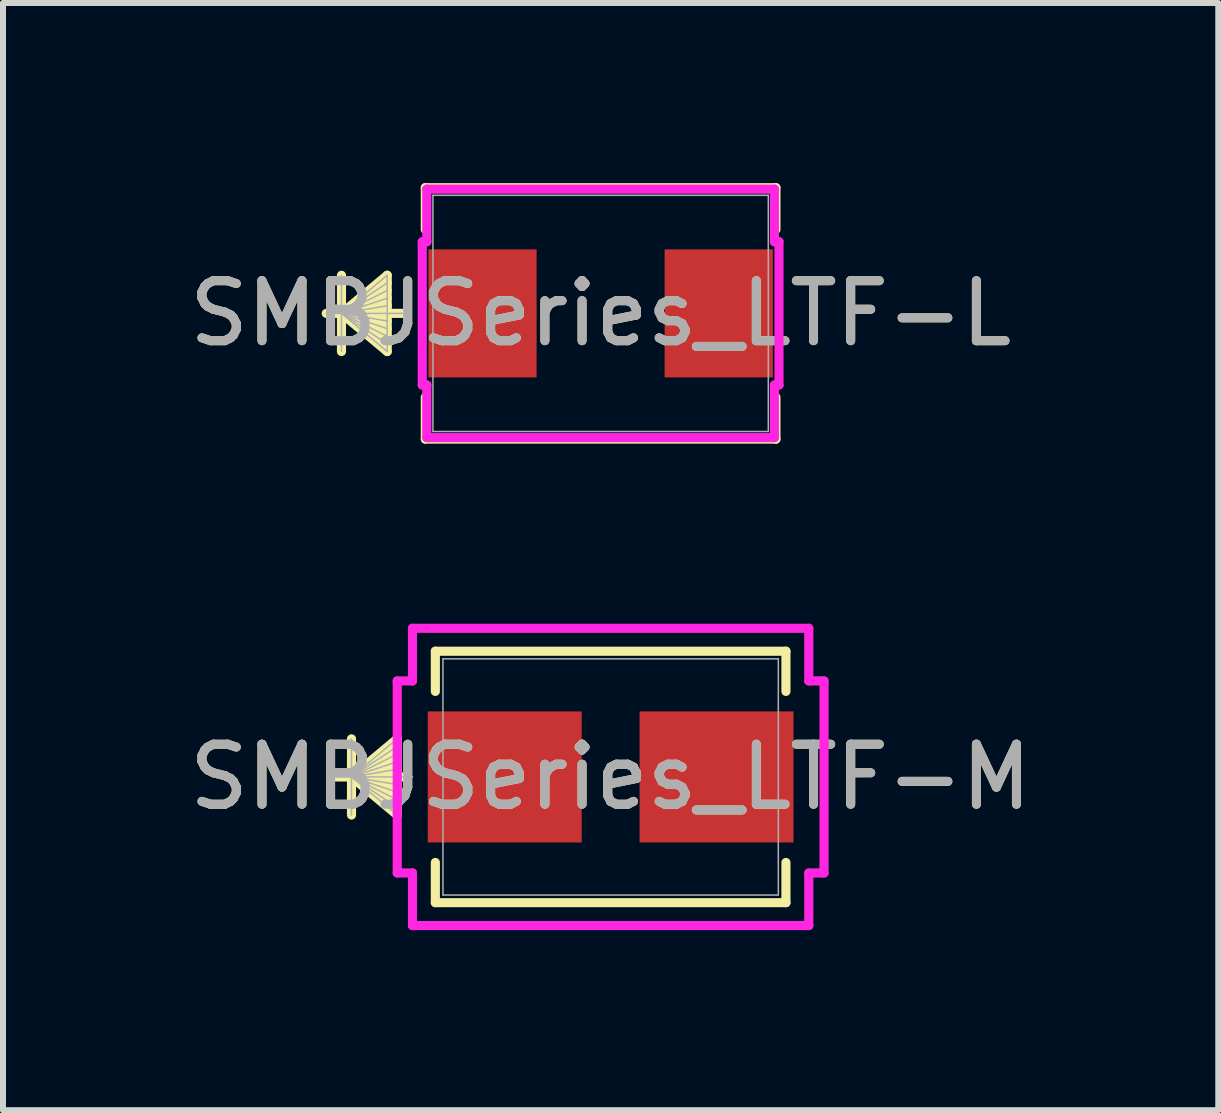
<source format=kicad_pcb>
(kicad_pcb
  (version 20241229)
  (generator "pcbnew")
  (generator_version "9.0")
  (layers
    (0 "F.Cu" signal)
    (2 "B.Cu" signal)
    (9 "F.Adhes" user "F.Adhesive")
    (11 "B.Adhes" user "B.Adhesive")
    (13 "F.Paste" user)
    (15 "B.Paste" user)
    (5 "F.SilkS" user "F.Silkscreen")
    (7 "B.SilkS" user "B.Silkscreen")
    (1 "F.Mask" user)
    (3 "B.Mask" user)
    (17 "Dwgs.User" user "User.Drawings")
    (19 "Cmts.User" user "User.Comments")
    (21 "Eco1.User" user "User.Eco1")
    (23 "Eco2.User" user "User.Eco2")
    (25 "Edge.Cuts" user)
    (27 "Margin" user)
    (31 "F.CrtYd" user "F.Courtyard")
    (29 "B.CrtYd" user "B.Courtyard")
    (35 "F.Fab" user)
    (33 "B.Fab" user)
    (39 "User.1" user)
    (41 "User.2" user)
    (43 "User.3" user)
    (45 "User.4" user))
  (footprint "SMBJSeries_LTF-L"
    (layer "F.Cu")
    (at 6.958 2.172)
    (property "Reference" "SMBJSeries_LTF-L" (at 0 0 0) (unlocked yes) (layer "F.SilkS") (effects (font (size 1 1) (thickness 0.15))))
    (attr smd)
    (fp_line (start -4.318 -0.635) (end -4.318 0.635) (stroke (width 0.152) (type solid)) (layer "F.SilkS"))
    (fp_line (start -4.318 0) (end -3.556 -0.635) (stroke (width 0.152) (type solid)) (layer "F.SilkS"))
    (fp_line (start -4.318 0) (end -3.556 -0.508) (stroke (width 0.152) (type solid)) (layer "F.SilkS"))
    (fp_line (start -4.318 0) (end -3.556 -0.381) (stroke (width 0.152) (type solid)) (layer "F.SilkS"))
    (fp_line (start -4.318 0) (end -3.556 -0.254) (stroke (width 0.152) (type solid)) (layer "F.SilkS"))
    (fp_line (start -4.318 0) (end -3.556 -0.127) (stroke (width 0.152) (type solid)) (layer "F.SilkS"))
    (fp_line (start -4.318 0) (end -3.556 0.127) (stroke (width 0.152) (type solid)) (layer "F.SilkS"))
    (fp_line (start -4.318 0) (end -3.556 0.254) (stroke (width 0.152) (type solid)) (layer "F.SilkS"))
    (fp_line (start -4.318 0) (end -3.556 0.381) (stroke (width 0.152) (type solid)) (layer "F.SilkS"))
    (fp_line (start -4.318 0) (end -3.556 0.508) (stroke (width 0.152) (type solid)) (layer "F.SilkS"))
    (fp_line (start -4.318 0) (end -3.556 0.635) (stroke (width 0.152) (type solid)) (layer "F.SilkS"))
    (fp_line (start -3.556 -0.635) (end -3.556 0.635) (stroke (width 0.152) (type solid)) (layer "F.SilkS"))
    (fp_line (start -3.302 0) (end -4.572 0) (stroke (width 0.152) (type solid)) (layer "F.SilkS"))
    (fp_line (start -2.921 -2.095) (end -2.921 -1.396) (stroke (width 0.152) (type solid)) (layer "F.SilkS"))
    (fp_line (start -2.921 1.396) (end -2.921 2.095) (stroke (width 0.152) (type solid)) (layer "F.SilkS"))
    (fp_line (start -2.921 2.095) (end 2.921 2.095) (stroke (width 0.152) (type solid)) (layer "F.SilkS"))
    (fp_line (start 2.921 -2.095) (end -2.921 -2.095) (stroke (width 0.152) (type solid)) (layer "F.SilkS"))
    (fp_line (start 2.921 -1.396) (end 2.921 -2.095) (stroke (width 0.152) (type solid)) (layer "F.SilkS"))
    (fp_line (start 2.921 2.095) (end 2.921 1.396) (stroke (width 0.152) (type solid)) (layer "F.SilkS"))
    (fp_line (start -2.972 -1.194) (end -2.896 -1.194) (stroke (width 0.152) (type solid)) (layer "F.CrtYd"))
    (fp_line (start -2.972 1.194) (end -2.972 -1.194) (stroke (width 0.152) (type solid)) (layer "F.CrtYd"))
    (fp_line (start -2.896 -2.07) (end 2.896 -2.07) (stroke (width 0.152) (type solid)) (layer "F.CrtYd"))
    (fp_line (start -2.896 -1.194) (end -2.896 -2.07) (stroke (width 0.152) (type solid)) (layer "F.CrtYd"))
    (fp_line (start -2.896 1.194) (end -2.972 1.194) (stroke (width 0.152) (type solid)) (layer "F.CrtYd"))
    (fp_line (start -2.896 2.07) (end -2.896 1.194) (stroke (width 0.152) (type solid)) (layer "F.CrtYd"))
    (fp_line (start 2.896 -2.07) (end 2.896 -1.194) (stroke (width 0.152) (type solid)) (layer "F.CrtYd"))
    (fp_line (start 2.896 -1.194) (end 2.972 -1.194) (stroke (width 0.152) (type solid)) (layer "F.CrtYd"))
    (fp_line (start 2.896 1.194) (end 2.896 2.07) (stroke (width 0.152) (type solid)) (layer "F.CrtYd"))
    (fp_line (start 2.896 2.07) (end -2.896 2.07) (stroke (width 0.152) (type solid)) (layer "F.CrtYd"))
    (fp_line (start 2.972 -1.194) (end 2.972 1.194) (stroke (width 0.152) (type solid)) (layer "F.CrtYd"))
    (fp_line (start 2.972 1.194) (end 2.896 1.194) (stroke (width 0.152) (type solid)) (layer "F.CrtYd"))
    (fp_line (start -4.318 -0.635) (end -4.318 0.635) (stroke (width 0.025) (type solid)) (layer "F.Fab"))
    (fp_line (start -4.318 0) (end -3.556 -0.635) (stroke (width 0.025) (type solid)) (layer "F.Fab"))
    (fp_line (start -4.318 0) (end -3.556 -0.508) (stroke (width 0.025) (type solid)) (layer "F.Fab"))
    (fp_line (start -4.318 0) (end -3.556 -0.381) (stroke (width 0.025) (type solid)) (layer "F.Fab"))
    (fp_line (start -4.318 0) (end -3.556 -0.254) (stroke (width 0.025) (type solid)) (layer "F.Fab"))
    (fp_line (start -4.318 0) (end -3.556 -0.127) (stroke (width 0.025) (type solid)) (layer "F.Fab"))
    (fp_line (start -4.318 0) (end -3.556 0.127) (stroke (width 0.025) (type solid)) (layer "F.Fab"))
    (fp_line (start -4.318 0) (end -3.556 0.254) (stroke (width 0.025) (type solid)) (layer "F.Fab"))
    (fp_line (start -4.318 0) (end -3.556 0.381) (stroke (width 0.025) (type solid)) (layer "F.Fab"))
    (fp_line (start -4.318 0) (end -3.556 0.508) (stroke (width 0.025) (type solid)) (layer "F.Fab"))
    (fp_line (start -4.318 0) (end -3.556 0.635) (stroke (width 0.025) (type solid)) (layer "F.Fab"))
    (fp_line (start -3.556 -0.635) (end -3.556 0.635) (stroke (width 0.025) (type solid)) (layer "F.Fab"))
    (fp_line (start -3.302 0) (end -4.572 0) (stroke (width 0.025) (type solid)) (layer "F.Fab"))
    (fp_line (start -2.794 -1.968) (end -2.794 1.968) (stroke (width 0.025) (type solid)) (layer "F.Fab"))
    (fp_line (start -2.794 1.968) (end 2.794 1.968) (stroke (width 0.025) (type solid)) (layer "F.Fab"))
    (fp_line (start 2.794 -1.968) (end -2.794 -1.968) (stroke (width 0.025) (type solid)) (layer "F.Fab"))
    (fp_line (start 2.794 1.968) (end 2.794 -1.968) (stroke (width 0.025) (type solid)) (layer "F.Fab"))
    (fp_text user "${REFERENCE}" (at 0 0 0) (unlocked yes) (layer "F.Fab") (effects (font (size 1 1) (thickness 0.15))))
    (pad "1" smd rect (at -1.968 0 90) (size 2.134 1.803) (layers "F.Cu" "F.Mask" "F.Paste"))
    (pad "2" smd rect (at 1.968 0 90) (size 2.134 1.803) (layers "F.Cu" "F.Mask" "F.Paste"))
    (zone (net_name "") (layer "F.Cu") (hatch full 0.508) (connect_pads) (min_thickness 0.254) (filled_areas_thickness no) (keepout (tracks not_allowed) (vias not_allowed) (pads allowed) (copperpour not_allowed) (footprints allowed)) (placement (enabled no)) (fill) (polygon (pts (xy 4.215 0.254) (xy 9.702 0.254) (xy 9.702 1.029) (xy 4.215 1.029))))
    (zone (net_name "") (layer "F.Cu") (hatch full 0.508) (connect_pads) (min_thickness 0.254) (filled_areas_thickness no) (keepout (tracks not_allowed) (vias not_allowed) (pads allowed) (copperpour not_allowed) (footprints allowed)) (placement (enabled no)) (fill) (polygon (pts (xy 4.215 3.315) (xy 9.702 3.315) (xy 9.702 4.089) (xy 4.215 4.089))))
    (zone (net_name "") (layer "F.Cu") (hatch full 0.508) (connect_pads) (min_thickness 0.254) (filled_areas_thickness no) (keepout (tracks not_allowed) (vias not_allowed) (pads allowed) (copperpour not_allowed) (footprints allowed)) (placement (enabled no)) (fill) (polygon (pts (xy 5.942 1.029) (xy 7.974 1.029) (xy 7.974 3.315) (xy 5.942 3.315)))))
  (footprint "SMBJSeries_LTF-M"
    (layer "F.Cu")
    (at 7.125 9.896)
    (property "Reference" "SMBJSeries_LTF-M" (at 0 0 0) (unlocked yes) (layer "F.SilkS") (effects (font (size 1 1) (thickness 0.15))))
    (attr smd)
    (fp_line (start -4.318 -0.635) (end -4.318 0.635) (stroke (width 0.152) (type solid)) (layer "F.SilkS"))
    (fp_line (start -4.318 0) (end -3.556 -0.635) (stroke (width 0.152) (type solid)) (layer "F.SilkS"))
    (fp_line (start -4.318 0) (end -3.556 -0.508) (stroke (width 0.152) (type solid)) (layer "F.SilkS"))
    (fp_line (start -4.318 0) (end -3.556 -0.381) (stroke (width 0.152) (type solid)) (layer "F.SilkS"))
    (fp_line (start -4.318 0) (end -3.556 -0.254) (stroke (width 0.152) (type solid)) (layer "F.SilkS"))
    (fp_line (start -4.318 0) (end -3.556 -0.127) (stroke (width 0.152) (type solid)) (layer "F.SilkS"))
    (fp_line (start -4.318 0) (end -3.556 0.127) (stroke (width 0.152) (type solid)) (layer "F.SilkS"))
    (fp_line (start -4.318 0) (end -3.556 0.254) (stroke (width 0.152) (type solid)) (layer "F.SilkS"))
    (fp_line (start -4.318 0) (end -3.556 0.381) (stroke (width 0.152) (type solid)) (layer "F.SilkS"))
    (fp_line (start -4.318 0) (end -3.556 0.508) (stroke (width 0.152) (type solid)) (layer "F.SilkS"))
    (fp_line (start -4.318 0) (end -3.556 0.635) (stroke (width 0.152) (type solid)) (layer "F.SilkS"))
    (fp_line (start -3.556 -0.635) (end -3.556 0.635) (stroke (width 0.152) (type solid)) (layer "F.SilkS"))
    (fp_line (start -3.381 0) (end -4.572 0) (stroke (width 0.152) (type solid)) (layer "F.SilkS"))
    (fp_line (start -2.921 -2.095) (end -2.921 -1.425) (stroke (width 0.152) (type solid)) (layer "F.SilkS"))
    (fp_line (start -2.921 1.425) (end -2.921 2.095) (stroke (width 0.152) (type solid)) (layer "F.SilkS"))
    (fp_line (start -2.921 2.095) (end 2.921 2.095) (stroke (width 0.152) (type solid)) (layer "F.SilkS"))
    (fp_line (start 2.921 -2.095) (end -2.921 -2.095) (stroke (width 0.152) (type solid)) (layer "F.SilkS"))
    (fp_line (start 2.921 -1.425) (end 2.921 -2.095) (stroke (width 0.152) (type solid)) (layer "F.SilkS"))
    (fp_line (start 2.921 2.095) (end 2.921 1.425) (stroke (width 0.152) (type solid)) (layer "F.SilkS"))
    (fp_line (start -3.556 -1.6) (end -3.302 -1.6) (stroke (width 0.152) (type solid)) (layer "F.CrtYd"))
    (fp_line (start -3.556 1.6) (end -3.556 -1.6) (stroke (width 0.152) (type solid)) (layer "F.CrtYd"))
    (fp_line (start -3.302 -2.477) (end 3.302 -2.477) (stroke (width 0.152) (type solid)) (layer "F.CrtYd"))
    (fp_line (start -3.302 -1.6) (end -3.302 -2.477) (stroke (width 0.152) (type solid)) (layer "F.CrtYd"))
    (fp_line (start -3.302 1.6) (end -3.556 1.6) (stroke (width 0.152) (type solid)) (layer "F.CrtYd"))
    (fp_line (start -3.302 2.477) (end -3.302 1.6) (stroke (width 0.152) (type solid)) (layer "F.CrtYd"))
    (fp_line (start 3.302 -2.477) (end 3.302 -1.6) (stroke (width 0.152) (type solid)) (layer "F.CrtYd"))
    (fp_line (start 3.302 -1.6) (end 3.556 -1.6) (stroke (width 0.152) (type solid)) (layer "F.CrtYd"))
    (fp_line (start 3.302 1.6) (end 3.302 2.477) (stroke (width 0.152) (type solid)) (layer "F.CrtYd"))
    (fp_line (start 3.302 2.477) (end -3.302 2.477) (stroke (width 0.152) (type solid)) (layer "F.CrtYd"))
    (fp_line (start 3.556 -1.6) (end 3.556 1.6) (stroke (width 0.152) (type solid)) (layer "F.CrtYd"))
    (fp_line (start 3.556 1.6) (end 3.302 1.6) (stroke (width 0.152) (type solid)) (layer "F.CrtYd"))
    (fp_line (start -4.318 -0.635) (end -4.318 0.635) (stroke (width 0.025) (type solid)) (layer "F.Fab"))
    (fp_line (start -4.318 0) (end -3.556 -0.635) (stroke (width 0.025) (type solid)) (layer "F.Fab"))
    (fp_line (start -4.318 0) (end -3.556 -0.508) (stroke (width 0.025) (type solid)) (layer "F.Fab"))
    (fp_line (start -4.318 0) (end -3.556 -0.381) (stroke (width 0.025) (type solid)) (layer "F.Fab"))
    (fp_line (start -4.318 0) (end -3.556 -0.254) (stroke (width 0.025) (type solid)) (layer "F.Fab"))
    (fp_line (start -4.318 0) (end -3.556 -0.127) (stroke (width 0.025) (type solid)) (layer "F.Fab"))
    (fp_line (start -4.318 0) (end -3.556 0.127) (stroke (width 0.025) (type solid)) (layer "F.Fab"))
    (fp_line (start -4.318 0) (end -3.556 0.254) (stroke (width 0.025) (type solid)) (layer "F.Fab"))
    (fp_line (start -4.318 0) (end -3.556 0.381) (stroke (width 0.025) (type solid)) (layer "F.Fab"))
    (fp_line (start -4.318 0) (end -3.556 0.508) (stroke (width 0.025) (type solid)) (layer "F.Fab"))
    (fp_line (start -4.318 0) (end -3.556 0.635) (stroke (width 0.025) (type solid)) (layer "F.Fab"))
    (fp_line (start -3.556 -0.635) (end -3.556 0.635) (stroke (width 0.025) (type solid)) (layer "F.Fab"))
    (fp_line (start -3.302 0) (end -4.572 0) (stroke (width 0.025) (type solid)) (layer "F.Fab"))
    (fp_line (start -2.794 -1.968) (end -2.794 1.968) (stroke (width 0.025) (type solid)) (layer "F.Fab"))
    (fp_line (start -2.794 1.968) (end 2.794 1.968) (stroke (width 0.025) (type solid)) (layer "F.Fab"))
    (fp_line (start 2.794 -1.968) (end -2.794 -1.968) (stroke (width 0.025) (type solid)) (layer "F.Fab"))
    (fp_line (start 2.794 1.968) (end 2.794 -1.968) (stroke (width 0.025) (type solid)) (layer "F.Fab"))
    (fp_text user "${REFERENCE}" (at 0 0 0) (unlocked yes) (layer "F.Fab") (effects (font (size 1 1) (thickness 0.15))))
    (pad "1" smd rect (at -1.765 0 90) (size 2.184 2.565) (layers "F.Cu" "F.Mask" "F.Paste"))
    (pad "2" smd rect (at 1.765 0 90) (size 2.184 2.565) (layers "F.Cu" "F.Mask" "F.Paste"))
    (zone (net_name "") (layer "F.Cu") (hatch full 0.508) (connect_pads) (min_thickness 0.254) (filled_areas_thickness no) (keepout (tracks not_allowed) (vias not_allowed) (pads allowed) (copperpour not_allowed) (footprints allowed)) (placement (enabled no)) (fill) (polygon (pts (xy 4.382 7.978) (xy 9.868 7.978) (xy 9.868 8.753) (xy 4.382 8.753))))
    (zone (net_name "") (layer "F.Cu") (hatch full 0.508) (connect_pads) (min_thickness 0.254) (filled_areas_thickness no) (keepout (tracks not_allowed) (vias not_allowed) (pads allowed) (copperpour not_allowed) (footprints allowed)) (placement (enabled no)) (fill) (polygon (pts (xy 4.382 11.039) (xy 9.868 11.039) (xy 9.868 11.814) (xy 4.382 11.814))))
    (zone (net_name "") (layer "F.Cu") (hatch full 0.508) (connect_pads) (min_thickness 0.254) (filled_areas_thickness no) (keepout (tracks not_allowed) (vias not_allowed) (pads allowed) (copperpour not_allowed) (footprints allowed)) (placement (enabled no)) (fill) (polygon (pts (xy 6.693 8.753) (xy 7.557 8.753) (xy 7.557 11.039) (xy 6.693 11.039)))))
  (gr_rect
    (start -3 -3)
    (end 17.25 15.449)
    (stroke (width 0.1) (type default))
    (fill no)
    (layer "Edge.Cuts")))
</source>
